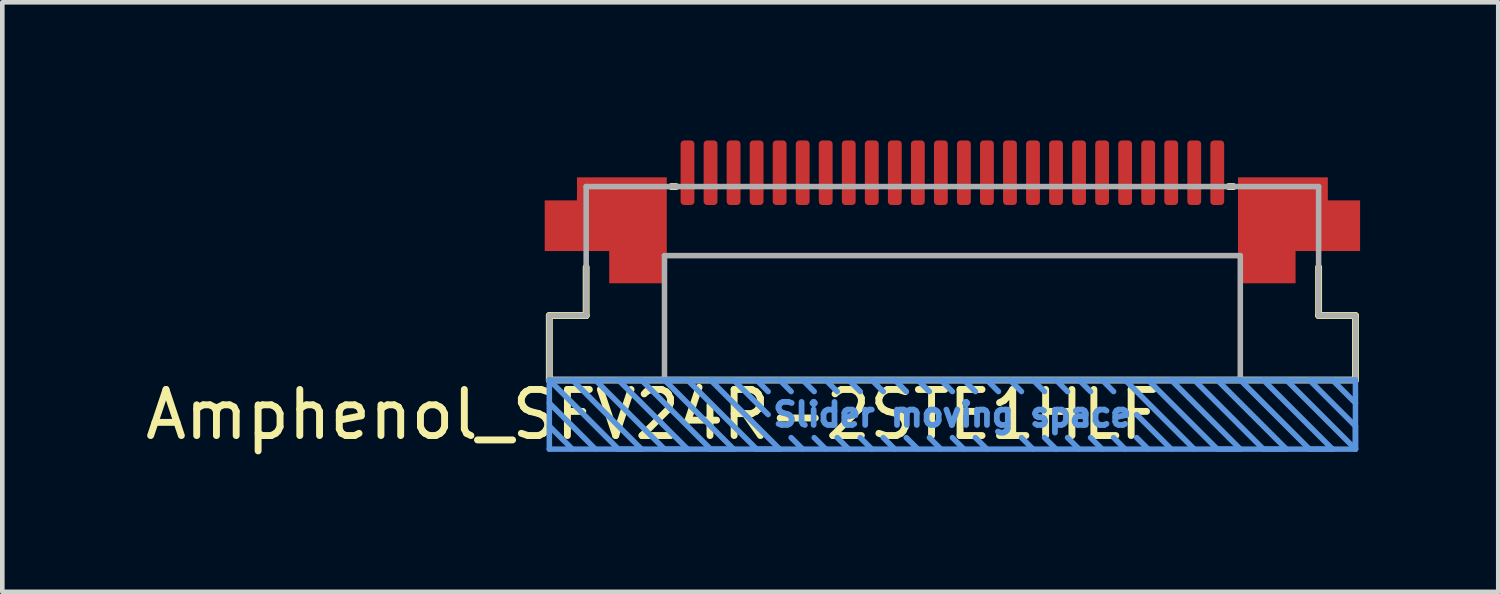
<source format=kicad_pcb>
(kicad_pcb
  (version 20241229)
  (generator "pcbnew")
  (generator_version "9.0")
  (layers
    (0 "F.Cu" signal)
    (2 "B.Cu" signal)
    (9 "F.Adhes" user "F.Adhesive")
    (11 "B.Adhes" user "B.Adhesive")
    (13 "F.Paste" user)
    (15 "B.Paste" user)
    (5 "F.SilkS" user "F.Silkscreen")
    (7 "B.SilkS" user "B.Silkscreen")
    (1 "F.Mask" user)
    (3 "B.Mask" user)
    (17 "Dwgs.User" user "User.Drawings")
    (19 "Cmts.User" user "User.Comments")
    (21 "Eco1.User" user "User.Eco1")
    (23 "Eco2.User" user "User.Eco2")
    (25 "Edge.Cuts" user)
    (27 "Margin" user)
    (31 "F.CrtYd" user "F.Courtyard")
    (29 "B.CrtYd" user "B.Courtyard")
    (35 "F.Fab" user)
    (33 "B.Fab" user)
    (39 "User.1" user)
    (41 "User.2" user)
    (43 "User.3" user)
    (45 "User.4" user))
  (footprint "Amphenol_SFV24R-2STE1HLF"
    (layer "F.Cu")
    (at 17.625 5.2)
    (property "Reference" "Amphenol_SFV24R-2STE1HLF" (at -6.5 0.75 0) (layer "F.SilkS") (effects (font (size 1 1) (thickness 0.15))))
    (attr smd)
    (fp_line (start -8.75 -1.4) (end -7.95 -1.4) (stroke (width 0.15) (type solid)) (layer "F.SilkS"))
    (fp_line (start -8.75 0) (end -8.75 -1.4) (stroke (width 0.15) (type solid)) (layer "F.SilkS"))
    (fp_line (start -7.95 -1.4) (end -7.95 -2.45) (stroke (width 0.15) (type solid)) (layer "F.SilkS"))
    (fp_line (start -6.1 -4.2) (end -6 -4.2) (stroke (width 0.15) (type solid)) (layer "F.SilkS"))
    (fp_line (start 6 -4.2) (end 6.1 -4.2) (stroke (width 0.15) (type solid)) (layer "F.SilkS"))
    (fp_line (start 7.95 -1.4) (end 7.95 -2.45) (stroke (width 0.15) (type solid)) (layer "F.SilkS"))
    (fp_line (start 7.95 -1.4) (end 8.75 -1.4) (stroke (width 0.15) (type solid)) (layer "F.SilkS"))
    (fp_line (start 8.75 -1.4) (end 8.75 0) (stroke (width 0.15) (type solid)) (layer "F.SilkS"))
    (fp_line (start 8.75 0) (end -8.75 0) (stroke (width 0.15) (type solid)) (layer "F.SilkS"))
    (fp_line (start -8.75 0) (end -8.75 1.5) (stroke (width 0.12) (type solid)) (layer "Cmts.User"))
    (fp_line (start -8.75 0) (end -7.25 1.5) (stroke (width 0.12) (type solid)) (layer "Cmts.User"))
    (fp_line (start -8.75 0.5) (end -7.75 1.5) (stroke (width 0.12) (type solid)) (layer "Cmts.User"))
    (fp_line (start -8.75 1) (end -8.25 1.5) (stroke (width 0.12) (type solid)) (layer "Cmts.User"))
    (fp_line (start -8.75 1.5) (end 8.75 1.5) (stroke (width 0.12) (type solid)) (layer "Cmts.User"))
    (fp_line (start -7.75 0) (end -6.25 1.5) (stroke (width 0.12) (type solid)) (layer "Cmts.User"))
    (fp_line (start -7.25 0) (end -6.75 0) (stroke (width 0.12) (type solid)) (layer "Cmts.User"))
    (fp_line (start -7.25 1.5) (end -6.75 1.5) (stroke (width 0.12) (type solid)) (layer "Cmts.User"))
    (fp_line (start -6.75 0) (end -5.25 1.5) (stroke (width 0.12) (type solid)) (layer "Cmts.User"))
    (fp_line (start -6.75 1.5) (end -8.25 0) (stroke (width 0.12) (type solid)) (layer "Cmts.User"))
    (fp_line (start -6.25 0) (end -5.75 0) (stroke (width 0.12) (type solid)) (layer "Cmts.User"))
    (fp_line (start -6.25 1.5) (end -5.75 1.5) (stroke (width 0.12) (type solid)) (layer "Cmts.User"))
    (fp_line (start -5.75 0) (end -4.25 1.5) (stroke (width 0.12) (type solid)) (layer "Cmts.User"))
    (fp_line (start -5.75 1.5) (end -7.25 0) (stroke (width 0.12) (type solid)) (layer "Cmts.User"))
    (fp_line (start -5.25 0) (end -4.75 0) (stroke (width 0.12) (type solid)) (layer "Cmts.User"))
    (fp_line (start -5.25 1.5) (end -4.75 1.5) (stroke (width 0.12) (type solid)) (layer "Cmts.User"))
    (fp_line (start -4.75 0) (end -4 0.75) (stroke (width 0.12) (type solid)) (layer "Cmts.User"))
    (fp_line (start -4.75 1.5) (end -6.25 0) (stroke (width 0.12) (type solid)) (layer "Cmts.User"))
    (fp_line (start -4.25 0) (end -4 0.25) (stroke (width 0.12) (type solid)) (layer "Cmts.User"))
    (fp_line (start -4.25 1.5) (end -3.75 1.5) (stroke (width 0.12) (type solid)) (layer "Cmts.User"))
    (fp_line (start -3.75 0) (end -3.5 0.25) (stroke (width 0.12) (type solid)) (layer "Cmts.User"))
    (fp_line (start -3.75 1.5) (end -5.25 0) (stroke (width 0.12) (type solid)) (layer "Cmts.User"))
    (fp_line (start -3.5 1.25) (end -3.25 1.5) (stroke (width 0.12) (type solid)) (layer "Cmts.User"))
    (fp_line (start -3.25 0) (end -3 0.25) (stroke (width 0.12) (type solid)) (layer "Cmts.User"))
    (fp_line (start -3 1.25) (end -2.75 1.5) (stroke (width 0.12) (type solid)) (layer "Cmts.User"))
    (fp_line (start -2.75 0) (end -2.5 0.25) (stroke (width 0.12) (type solid)) (layer "Cmts.User"))
    (fp_line (start -2.5 1.25) (end -2.25 1.5) (stroke (width 0.12) (type solid)) (layer "Cmts.User"))
    (fp_line (start -2.25 0) (end -2 0.25) (stroke (width 0.12) (type solid)) (layer "Cmts.User"))
    (fp_line (start -2 1.25) (end -1.75 1.5) (stroke (width 0.12) (type solid)) (layer "Cmts.User"))
    (fp_line (start -1.75 0) (end -1.5 0.25) (stroke (width 0.12) (type solid)) (layer "Cmts.User"))
    (fp_line (start -1.5 1.25) (end -1.25 1.5) (stroke (width 0.12) (type solid)) (layer "Cmts.User"))
    (fp_line (start -1.25 0) (end -1 0.25) (stroke (width 0.12) (type solid)) (layer "Cmts.User"))
    (fp_line (start -1 1.25) (end -0.75 1.5) (stroke (width 0.12) (type solid)) (layer "Cmts.User"))
    (fp_line (start -0.75 0) (end -0.5 0.25) (stroke (width 0.12) (type solid)) (layer "Cmts.User"))
    (fp_line (start -0.5 1.25) (end -0.25 1.5) (stroke (width 0.12) (type solid)) (layer "Cmts.User"))
    (fp_line (start -0.25 0) (end 0 0.25) (stroke (width 0.12) (type solid)) (layer "Cmts.User"))
    (fp_line (start 0 1.25) (end 0.25 1.5) (stroke (width 0.12) (type solid)) (layer "Cmts.User"))
    (fp_line (start 0.25 0) (end 0.5 0.25) (stroke (width 0.12) (type solid)) (layer "Cmts.User"))
    (fp_line (start 0.5 1.25) (end 0.75 1.5) (stroke (width 0.12) (type solid)) (layer "Cmts.User"))
    (fp_line (start 0.75 0) (end 1 0.25) (stroke (width 0.12) (type solid)) (layer "Cmts.User"))
    (fp_line (start 1.25 0) (end 1.5 0.25) (stroke (width 0.12) (type solid)) (layer "Cmts.User"))
    (fp_line (start 1.5 1.25) (end 1.75 1.5) (stroke (width 0.12) (type solid)) (layer "Cmts.User"))
    (fp_line (start 1.75 0) (end 2 0.25) (stroke (width 0.12) (type solid)) (layer "Cmts.User"))
    (fp_line (start 2 1.25) (end 2.25 1.5) (stroke (width 0.12) (type solid)) (layer "Cmts.User"))
    (fp_line (start 2.25 0) (end 2.5 0.25) (stroke (width 0.12) (type solid)) (layer "Cmts.User"))
    (fp_line (start 2.5 1.25) (end 2.75 1.5) (stroke (width 0.12) (type solid)) (layer "Cmts.User"))
    (fp_line (start 2.75 0) (end 3 0.25) (stroke (width 0.12) (type solid)) (layer "Cmts.User"))
    (fp_line (start 3 1.25) (end 3.25 1.5) (stroke (width 0.12) (type solid)) (layer "Cmts.User"))
    (fp_line (start 3.25 0) (end 3.5 0.25) (stroke (width 0.12) (type solid)) (layer "Cmts.User"))
    (fp_line (start 3.5 1.25) (end 3.75 1.5) (stroke (width 0.12) (type solid)) (layer "Cmts.User"))
    (fp_line (start 3.75 0) (end 5.25 1.5) (stroke (width 0.12) (type solid)) (layer "Cmts.User"))
    (fp_line (start 4 0.75) (end 4.75 1.5) (stroke (width 0.12) (type solid)) (layer "Cmts.User"))
    (fp_line (start 4 1.25) (end 4.25 1.5) (stroke (width 0.12) (type solid)) (layer "Cmts.User"))
    (fp_line (start 4.25 0) (end 5.75 1.5) (stroke (width 0.12) (type solid)) (layer "Cmts.User"))
    (fp_line (start 4.75 0) (end 5.25 0) (stroke (width 0.12) (type solid)) (layer "Cmts.User"))
    (fp_line (start 5.25 0) (end 6.75 1.5) (stroke (width 0.12) (type solid)) (layer "Cmts.User"))
    (fp_line (start 5.75 0) (end 6.25 0) (stroke (width 0.12) (type solid)) (layer "Cmts.User"))
    (fp_line (start 5.75 1.5) (end 6.25 1.5) (stroke (width 0.12) (type solid)) (layer "Cmts.User"))
    (fp_line (start 6.25 0) (end 7.75 1.5) (stroke (width 0.12) (type solid)) (layer "Cmts.User"))
    (fp_line (start 6.25 1.5) (end 4.75 0) (stroke (width 0.12) (type solid)) (layer "Cmts.User"))
    (fp_line (start 6.75 0) (end 7.25 0) (stroke (width 0.12) (type solid)) (layer "Cmts.User"))
    (fp_line (start 6.75 1.5) (end 7.25 1.5) (stroke (width 0.12) (type solid)) (layer "Cmts.User"))
    (fp_line (start 7.25 0) (end 8.75 1.5) (stroke (width 0.12) (type solid)) (layer "Cmts.User"))
    (fp_line (start 7.25 1.5) (end 5.75 0) (stroke (width 0.12) (type solid)) (layer "Cmts.User"))
    (fp_line (start 7.75 0) (end 8.25 0) (stroke (width 0.12) (type solid)) (layer "Cmts.User"))
    (fp_line (start 7.75 1.5) (end 8.25 1.5) (stroke (width 0.12) (type solid)) (layer "Cmts.User"))
    (fp_line (start 8.25 0) (end 8.75 0.5) (stroke (width 0.12) (type solid)) (layer "Cmts.User"))
    (fp_line (start 8.25 1.5) (end 6.75 0) (stroke (width 0.12) (type solid)) (layer "Cmts.User"))
    (fp_line (start 8.75 0) (end -8.75 0) (stroke (width 0.12) (type solid)) (layer "Cmts.User"))
    (fp_line (start 8.75 1) (end 7.75 0) (stroke (width 0.12) (type solid)) (layer "Cmts.User"))
    (fp_line (start 8.75 1.5) (end 8.75 0) (stroke (width 0.12) (type solid)) (layer "Cmts.User"))
    (fp_line (start 8.75 1.5) (end 8.75 1) (stroke (width 0.12) (type solid)) (layer "Cmts.User"))
    (fp_line (start -8.75 -1.4) (end -7.95 -1.4) (stroke (width 0.12) (type solid)) (layer "F.Fab"))
    (fp_line (start -8.75 0) (end -8.75 -1.4) (stroke (width 0.12) (type solid)) (layer "F.Fab"))
    (fp_line (start -7.95 -4.2) (end 7.95 -4.2) (stroke (width 0.12) (type solid)) (layer "F.Fab"))
    (fp_line (start -7.95 -1.4) (end -7.95 -4.2) (stroke (width 0.12) (type solid)) (layer "F.Fab"))
    (fp_line (start -6.25 -2.7) (end 6.25 -2.7) (stroke (width 0.12) (type solid)) (layer "F.Fab"))
    (fp_line (start -6.25 0) (end -6.25 -2.7) (stroke (width 0.12) (type solid)) (layer "F.Fab"))
    (fp_line (start 6.25 -2.7) (end 6.25 0) (stroke (width 0.12) (type solid)) (layer "F.Fab"))
    (fp_line (start 7.95 -4.2) (end 7.95 -1.4) (stroke (width 0.12) (type solid)) (layer "F.Fab"))
    (fp_line (start 8.75 -1.4) (end 7.95 -1.4) (stroke (width 0.12) (type solid)) (layer "F.Fab"))
    (fp_line (start 8.75 0) (end -8.75 0) (stroke (width 0.12) (type solid)) (layer "F.Fab"))
    (fp_line (start 8.75 0) (end 8.75 -1.4) (stroke (width 0.12) (type solid)) (layer "F.Fab"))
    (fp_text user "Slider moving space" (at 0 0.75 0) (layer "Cmts.User") (effects (font (size 0.5 0.5) (thickness 0.125))))
    (pad "1" smd roundrect (at -5.75 -4.5) (size 0.3 1.4) (layers "F.Cu" "F.Mask" "F.Paste") (roundrect_rratio 0.25))
    (pad "2" smd roundrect (at -5.25 -4.5) (size 0.3 1.4) (layers "F.Cu" "F.Mask" "F.Paste") (roundrect_rratio 0.25))
    (pad "3" smd roundrect (at -4.75 -4.5) (size 0.3 1.4) (layers "F.Cu" "F.Mask" "F.Paste") (roundrect_rratio 0.25))
    (pad "4" smd roundrect (at -4.25 -4.5) (size 0.3 1.4) (layers "F.Cu" "F.Mask" "F.Paste") (roundrect_rratio 0.25))
    (pad "5" smd roundrect (at -3.75 -4.5) (size 0.3 1.4) (layers "F.Cu" "F.Mask" "F.Paste") (roundrect_rratio 0.25))
    (pad "6" smd roundrect (at -3.25 -4.5) (size 0.3 1.4) (layers "F.Cu" "F.Mask" "F.Paste") (roundrect_rratio 0.25))
    (pad "7" smd roundrect (at -2.75 -4.5) (size 0.3 1.4) (layers "F.Cu" "F.Mask" "F.Paste") (roundrect_rratio 0.25))
    (pad "8" smd roundrect (at -2.25 -4.5) (size 0.3 1.4) (layers "F.Cu" "F.Mask" "F.Paste") (roundrect_rratio 0.25))
    (pad "9" smd roundrect (at -1.75 -4.5) (size 0.3 1.4) (layers "F.Cu" "F.Mask" "F.Paste") (roundrect_rratio 0.25))
    (pad "10" smd roundrect (at -1.25 -4.5) (size 0.3 1.4) (layers "F.Cu" "F.Mask" "F.Paste") (roundrect_rratio 0.25))
    (pad "11" smd roundrect (at -0.75 -4.5) (size 0.3 1.4) (layers "F.Cu" "F.Mask" "F.Paste") (roundrect_rratio 0.25))
    (pad "12" smd roundrect (at -0.25 -4.5) (size 0.3 1.4) (layers "F.Cu" "F.Mask" "F.Paste") (roundrect_rratio 0.25))
    (pad "13" smd roundrect (at 0.25 -4.5) (size 0.3 1.4) (layers "F.Cu" "F.Mask" "F.Paste") (roundrect_rratio 0.25))
    (pad "14" smd roundrect (at 0.75 -4.5) (size 0.3 1.4) (layers "F.Cu" "F.Mask" "F.Paste") (roundrect_rratio 0.25))
    (pad "15" smd roundrect (at 1.25 -4.5) (size 0.3 1.4) (layers "F.Cu" "F.Mask" "F.Paste") (roundrect_rratio 0.25))
    (pad "16" smd roundrect (at 1.75 -4.5) (size 0.3 1.4) (layers "F.Cu" "F.Mask" "F.Paste") (roundrect_rratio 0.25))
    (pad "17" smd roundrect (at 2.25 -4.5) (size 0.3 1.4) (layers "F.Cu" "F.Mask" "F.Paste") (roundrect_rratio 0.25))
    (pad "18" smd roundrect (at 2.75 -4.5) (size 0.3 1.4) (layers "F.Cu" "F.Mask" "F.Paste") (roundrect_rratio 0.25))
    (pad "19" smd roundrect (at 3.25 -4.5) (size 0.3 1.4) (layers "F.Cu" "F.Mask" "F.Paste") (roundrect_rratio 0.25))
    (pad "20" smd roundrect (at 3.75 -4.5) (size 0.3 1.4) (layers "F.Cu" "F.Mask" "F.Paste") (roundrect_rratio 0.25))
    (pad "21" smd roundrect (at 4.25 -4.5) (size 0.3 1.4) (layers "F.Cu" "F.Mask" "F.Paste") (roundrect_rratio 0.25))
    (pad "22" smd roundrect (at 4.75 -4.5) (size 0.3 1.4) (layers "F.Cu" "F.Mask" "F.Paste") (roundrect_rratio 0.25))
    (pad "23" smd roundrect (at 5.25 -4.5) (size 0.3 1.4) (layers "F.Cu" "F.Mask" "F.Paste") (roundrect_rratio 0.25))
    (pad "24" smd roundrect (at 5.75 -4.5) (size 0.3 1.4) (layers "F.Cu" "F.Mask" "F.Paste") (roundrect_rratio 0.25))
    (pad "MP" smd custom (at -7.525 -3.25) (size 0.5 0.5) (layers "F.Cu" "F.Mask" "F.Paste") (options (anchor rect)) (primitives (gr_poly (pts (xy -1.325 -0.65) (xy -1.325 0.45) (xy 0.075 0.45) (xy 0.075 1.15) (xy 1.325 1.15) (xy 1.325 -1.15) (xy -0.625 -1.15) (xy -0.625 -0.65)) (width 0) (fill yes))))
    (pad "MP" smd custom (at 7.525 -3.25) (size 0.5 0.5) (layers "F.Cu" "F.Mask" "F.Paste") (options (anchor rect)) (primitives (gr_poly (pts (xy 1.325 -0.65) (xy 1.325 0.45) (xy -0.075 0.45) (xy -0.075 1.15) (xy -1.325 1.15) (xy -1.325 -1.15) (xy 0.625 -1.15) (xy 0.625 -0.65)) (width 0) (fill yes)))))
  (gr_rect
    (start -3 -3)
    (end 29.475 9.798)
    (stroke (width 0.1) (type default))
    (fill no)
    (layer "Edge.Cuts")))
</source>
